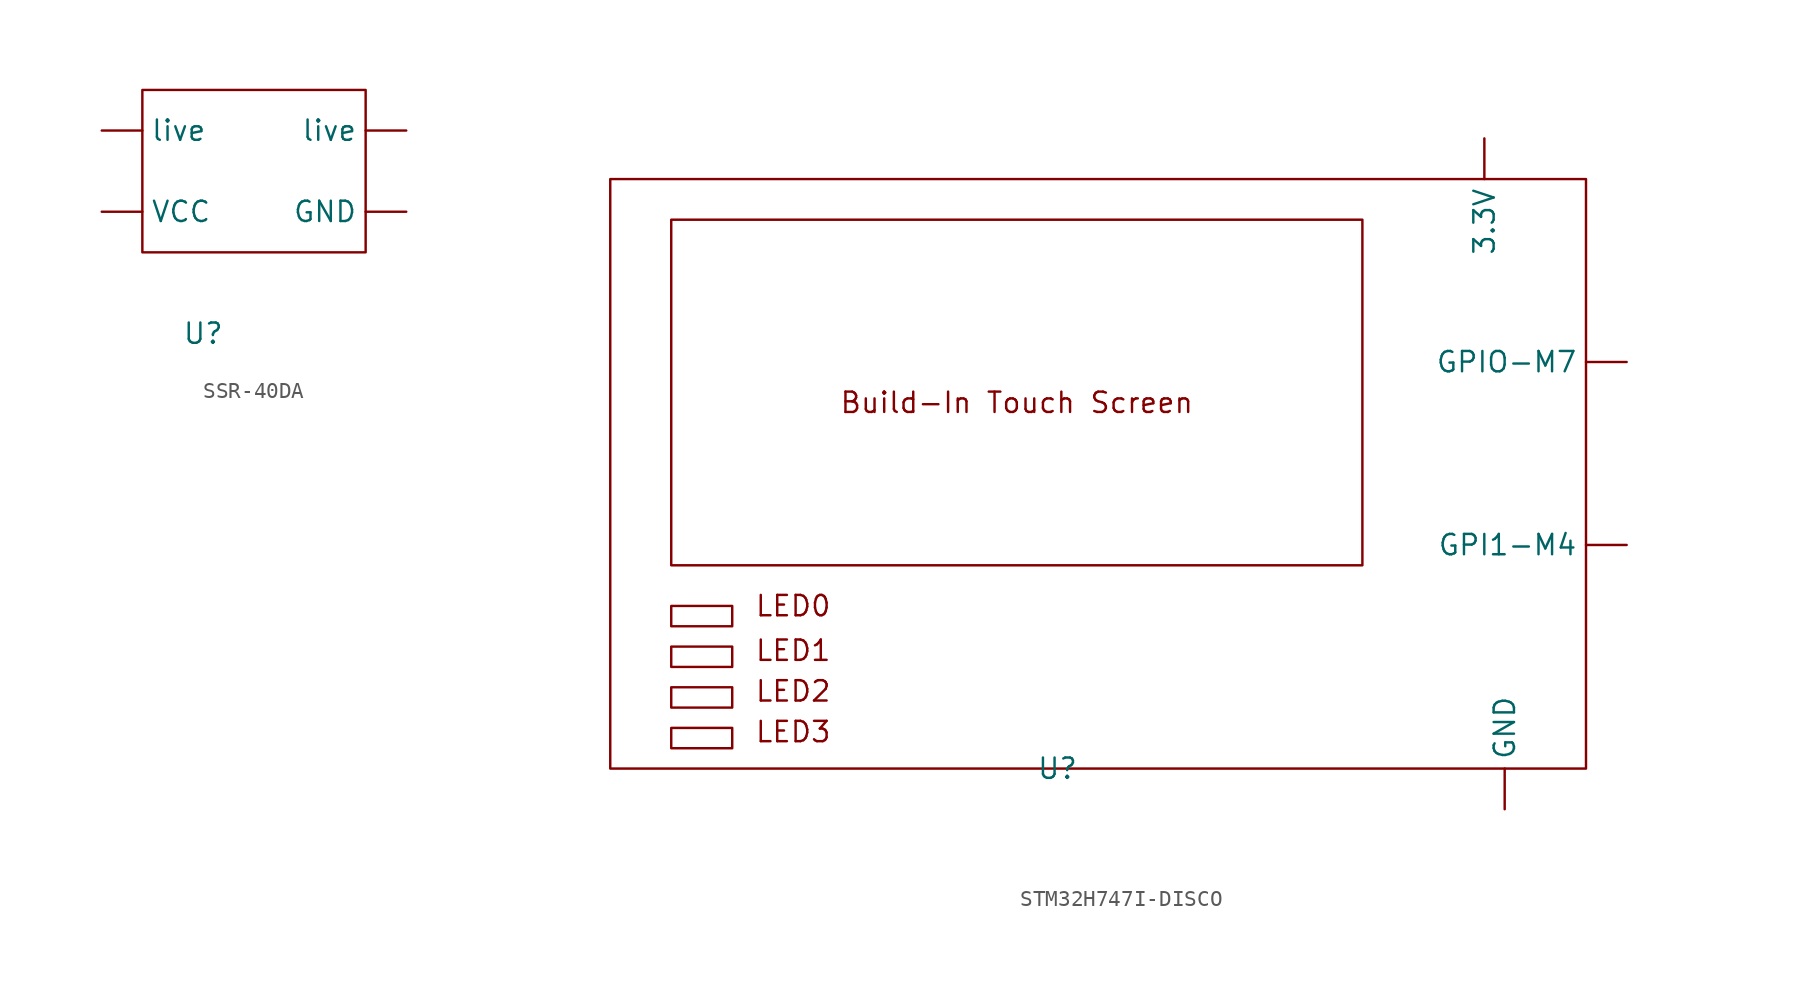
<source format=kicad_sym>
(kicad_symbol_lib
  (version 20220914)
  (generator kicad_symbol_editor)
  (symbol "SSR-40DA"
    (property "Reference" "U"
      (at 0 0 0)
      (effects (font (size 1.27 1.27))))
    (property "Value" ""
      (at 0 0 0)
      (effects (font (size 1.27 1.27))))
    (symbol "SSR-40DA_0_1"
      (rectangle (start -3.81 15.24) (end 10.16 5.08) (stroke (width 0) (type default)) (fill (type none))))
    (symbol "SSR-40DA_1_1"
      (pin bidirectional line (at 12.7 7.62 180) (length 2.54) (name "GND" (effects (font (size 1.27 1.27)))) (number "" (effects (font (size 1.27 1.27)))))
      (pin bidirectional line (at -6.35 7.62 0) (length 2.54) (name "VCC" (effects (font (size 1.27 1.27)))) (number "" (effects (font (size 1.27 1.27)))))
      (pin bidirectional line (at -6.35 12.7 0) (length 2.54) (name "live" (effects (font (size 1.27 1.27)))) (number "" (effects (font (size 1.27 1.27)))))
      (pin bidirectional line (at 12.7 12.7 180) (length 2.54) (name "live" (effects (font (size 1.27 1.27)))) (number "" (effects (font (size 1.27 1.27)))))))
  (symbol "STM32H747I-DISCO"
    (property "Reference" "U"
      (at 0 0 0)
      (effects (font (size 1.27 1.27))))
    (property "Value" ""
      (at 0 0 0)
      (effects (font (size 1.27 1.27))))
    (symbol "STM32H747I-DISCO_0_1"
      (rectangle (start -27.94 36.83) (end 33.02 0) (stroke (width 0) (type default)) (fill (type none)))
      (rectangle (start -24.13 34.29) (end 19.05 12.7) (stroke (width 0) (type default)) (fill (type none))))
    (symbol "STM32H747I-DISCO_1_1"
      (rectangle (start -24.13 2.54) (end -20.32 1.27) (stroke (width 0) (type default)) (fill (type none)))
      (rectangle (start -24.13 5.08) (end -20.32 3.81) (stroke (width 0) (type default)) (fill (type none)))
      (rectangle (start -24.13 7.62) (end -20.32 6.35) (stroke (width 0) (type default)) (fill (type none)))
      (rectangle (start -24.13 10.16) (end -20.32 8.89) (stroke (width 0) (type default)) (fill (type none)))
      (text "Build-In Touch Screen" (at -2.54 22.86 0) (effects (font (size 1.27 1.27))))
      (text "LED0\n" (at -16.51 10.16 0) (effects (font (size 1.27 1.27))))
      (text "LED1\n\n" (at -16.51 6.35 0) (effects (font (size 1.27 1.27))))
      (text "LED2\n\n" (at -16.51 3.81 0) (effects (font (size 1.27 1.27))))
      (text "LED3\n\n" (at -16.51 1.27 0) (effects (font (size 1.27 1.27))))
      (pin output line (at 26.67 39.37 270) (length 2.54) (name "3.3V" (effects (font (size 1.27 1.27)))) (number "" (effects (font (size 1.27 1.27)))))
      (pin output line (at 27.94 -2.54 90) (length 2.54) (name "GND" (effects (font (size 1.27 1.27)))) (number "" (effects (font (size 1.27 1.27)))))
      (pin output line (at 35.56 13.97 180) (length 2.54) (name "GPI1-M4" (effects (font (size 1.27 1.27)))) (number "" (effects (font (size 1.27 1.27)))))
      (pin output line (at 35.56 25.4 180) (length 2.54) (name "GPIO-M7" (effects (font (size 1.27 1.27)))) (number "" (effects (font (size 1.27 1.27))))))))
</source>
